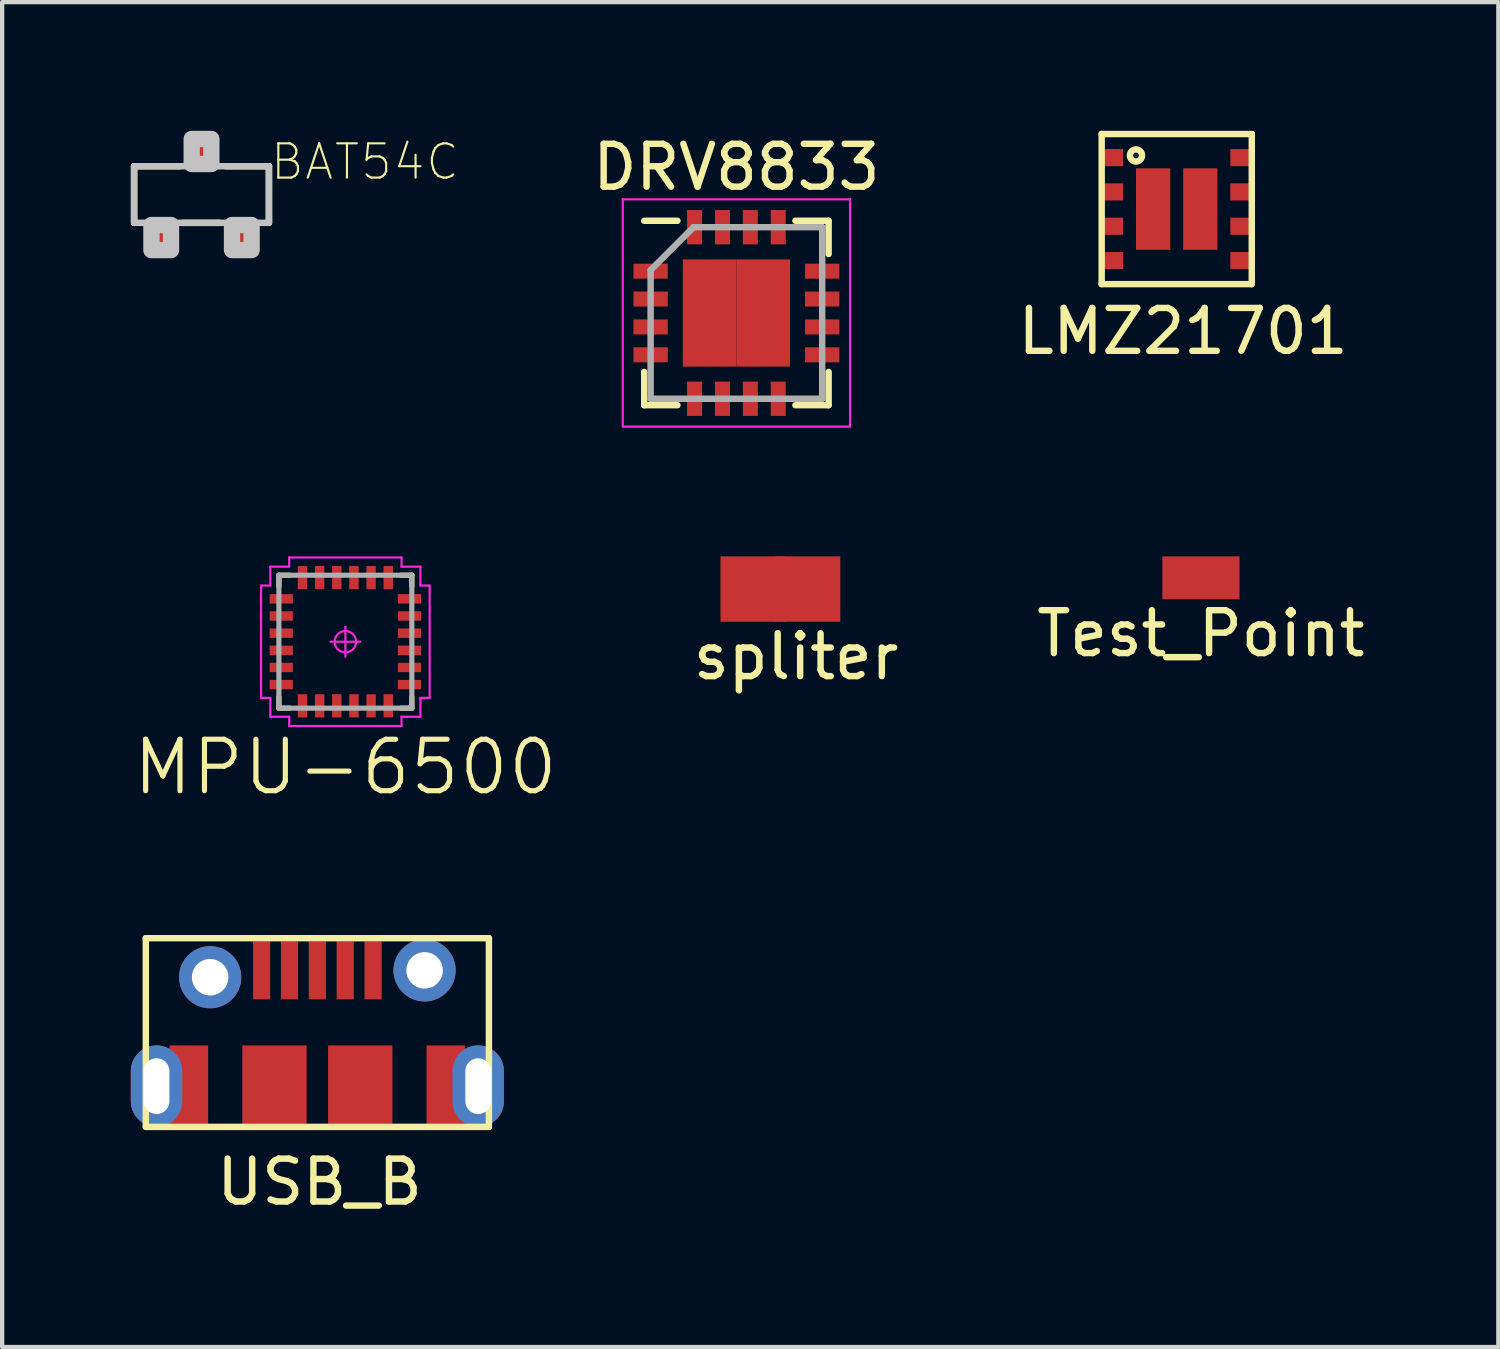
<source format=kicad_pcb>
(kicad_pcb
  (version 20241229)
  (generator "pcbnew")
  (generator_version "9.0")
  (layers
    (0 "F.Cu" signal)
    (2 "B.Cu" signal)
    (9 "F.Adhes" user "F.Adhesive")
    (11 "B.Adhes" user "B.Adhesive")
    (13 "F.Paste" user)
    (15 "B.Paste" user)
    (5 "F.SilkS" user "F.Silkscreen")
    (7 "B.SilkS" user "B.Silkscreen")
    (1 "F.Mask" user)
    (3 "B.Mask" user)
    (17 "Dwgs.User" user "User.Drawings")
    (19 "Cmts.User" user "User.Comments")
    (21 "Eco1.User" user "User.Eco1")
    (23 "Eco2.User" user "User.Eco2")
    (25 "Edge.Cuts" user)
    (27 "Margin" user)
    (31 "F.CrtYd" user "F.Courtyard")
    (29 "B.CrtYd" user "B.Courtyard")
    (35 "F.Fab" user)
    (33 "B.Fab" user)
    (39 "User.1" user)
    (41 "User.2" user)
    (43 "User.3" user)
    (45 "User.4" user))
  (footprint "BAT54C"
    (layer "F.Cu")
    (at 1.649 1.486)
    (property "Reference" "BAT54C" (at 3.81 -0.762 0) (layer "F.SilkS") (effects (font (size 0.8 0.8) (thickness 0.05))))
    (attr smd)
    (fp_line (start -1.572 -0.66) (end -0.514 -0.66) (stroke (width 0.152) (type solid)) (layer "F.SilkS"))
    (fp_line (start -1.572 0.652) (end -1.572 -0.66) (stroke (width 0.152) (type solid)) (layer "F.SilkS"))
    (fp_line (start 0.422 0.66) (end -0.436 0.66) (stroke (width 0.152) (type solid)) (layer "F.SilkS"))
    (fp_line (start 0.564 -0.66) (end 1.572 -0.66) (stroke (width 0.152) (type solid)) (layer "F.SilkS"))
    (fp_line (start 1.572 -0.66) (end 1.572 0.652) (stroke (width 0.152) (type solid)) (layer "F.SilkS"))
    (fp_line (start -1.572 -0.66) (end 1.572 -0.66) (stroke (width 0.152) (type solid)) (layer "Dwgs.User"))
    (fp_line (start -1.572 0.66) (end -1.572 -0.66) (stroke (width 0.152) (type solid)) (layer "Dwgs.User"))
    (fp_line (start 1.572 -0.66) (end 1.572 0.66) (stroke (width 0.152) (type solid)) (layer "Dwgs.User"))
    (fp_line (start 1.572 0.66) (end -1.572 0.66) (stroke (width 0.152) (type solid)) (layer "Dwgs.User"))
    (fp_poly (pts (xy -1.168 0.711) (xy -0.711 0.711) (xy -0.711 1.295) (xy -1.168 1.295)) (stroke (width 0.381) (type solid)) (fill no) (layer "Dwgs.User"))
    (fp_poly (pts (xy -0.229 -1.295) (xy 0.229 -1.295) (xy 0.229 -0.711) (xy -0.229 -0.711)) (stroke (width 0.381) (type solid)) (fill no) (layer "Dwgs.User"))
    (fp_poly (pts (xy 0.711 0.711) (xy 1.168 0.711) (xy 1.168 1.295) (xy 0.711 1.295)) (stroke (width 0.381) (type solid)) (fill no) (layer "Dwgs.User"))
    (pad "1" smd rect (at -0.95 1) (size 0.6 0.7) (layers "F.Cu" "F.Mask" "F.Paste"))
    (pad "2" smd rect (at 0.95 1) (size 0.6 0.7) (layers "F.Cu" "F.Mask" "F.Paste"))
    (pad "3" smd rect (at 0 -1) (size 0.6 0.7) (layers "F.Cu" "F.Mask" "F.Paste")))
  (footprint "spliter"
    (layer "F.Cu")
    (at 14.512 10.685)
    (property "Reference" "spliter" (at 1 1.575 0) (layer "F.SilkS") (effects (font (size 1 1) (thickness 0.15))))
    (attr through_hole)
    (pad "1" smd rect (at 0 0) (size 1.524 1.524) (layers "F.Cu" "F.Mask" "F.Paste"))
    (pad "2" smd rect (at 1.27 0) (size 1.524 1.524) (layers "F.Cu" "F.Mask" "F.Paste")))
  (footprint "Test_Point"
    (layer "F.Cu")
    (at 24.952 10.423)
    (property "Reference" "Test_Point" (at 0 1.3 0) (layer "F.SilkS") (effects (font (size 1 1) (thickness 0.15))))
    (attr through_hole)
    (pad "1" smd rect (at 0 0) (size 1.8 1) (layers "F.Cu" "F.Mask" "F.Paste")))
  (footprint "USB_B"
    (layer "F.Cu")
    (at 4.35 22.276)
    (property "Reference" "USB_B" (at 0.051 2.235 0) (layer "F.SilkS") (effects (font (size 1 1) (thickness 0.15))))
    (attr through_hole)
    (fp_line (start -4 -3.45) (end 4 -3.45) (stroke (width 0.15) (type solid)) (layer "F.SilkS"))
    (fp_line (start -4 0.95) (end -4 -3.45) (stroke (width 0.15) (type solid)) (layer "F.SilkS"))
    (fp_line (start 4 -3.45) (end 4 0.95) (stroke (width 0.15) (type solid)) (layer "F.SilkS"))
    (fp_line (start 4 0.95) (end -4 0.95) (stroke (width 0.15) (type solid)) (layer "F.SilkS"))
    (pad "" thru_hole oval (at 3.75 0) (size 1.2 1.9) (drill oval 0.6 1.3) (layers "*.Cu" "*.Mask"))
    (pad "1" smd rect (at -1 0) (size 1.5 1.9) (layers "F.Cu" "F.Mask" "F.Paste"))
    (pad "2" smd rect (at 1 0) (size 1.5 1.9) (layers "F.Cu" "F.Mask" "F.Paste"))
    (pad "3" thru_hole oval (at -3.75 0) (size 1.2 1.9) (drill oval 0.6 1.3) (layers "*.Cu" "*.Mask"))
    (pad "4" smd rect (at 2.997 0) (size 0.9 1.9) (layers "F.Cu" "F.Mask" "F.Paste"))
    (pad "5" smd rect (at -2.997 0) (size 0.9 1.9) (layers "F.Cu" "F.Mask" "F.Paste"))
    (pad "6" smd rect (at 0 -2.7) (size 0.4 1.35) (layers "F.Cu" "F.Mask" "F.Paste"))
    (pad "7" smd rect (at 0.65 -2.7) (size 0.4 1.35) (layers "F.Cu" "F.Mask" "F.Paste"))
    (pad "8" smd rect (at 1.3 -2.7) (size 0.4 1.35) (layers "F.Cu" "F.Mask" "F.Paste"))
    (pad "9" smd rect (at -0.65 -2.7) (size 0.4 1.35) (layers "F.Cu" "F.Mask" "F.Paste"))
    (pad "10" smd rect (at -1.3 -2.7) (size 0.4 1.35) (layers "F.Cu" "F.Mask" "F.Paste"))
    (pad "11" thru_hole circle (at 2.5 -2.7) (size 1.45 1.45) (drill 0.85) (layers "*.Cu" "*.Mask"))
    (pad "12" thru_hole circle (at -2.5 -2.54) (size 1.45 1.45) (drill 0.85) (layers "*.Cu" "*.Mask")))
  (footprint "LMZ21701"
    (layer "F.Cu")
    (at 24.388 1.825)
    (property "Reference" "LMZ21701" (at 0.15 2.85 0) (layer "F.SilkS") (effects (font (size 1 1) (thickness 0.15))))
    (attr through_hole)
    (fp_line (start -1.75 -1.75) (end 1.75 -1.75) (stroke (width 0.15) (type solid)) (layer "F.SilkS"))
    (fp_line (start -1.75 1.75) (end -1.75 -1.75) (stroke (width 0.15) (type solid)) (layer "F.SilkS"))
    (fp_line (start 1.75 -1.75) (end 1.75 1.75) (stroke (width 0.15) (type solid)) (layer "F.SilkS"))
    (fp_line (start 1.75 1.75) (end -1.75 1.75) (stroke (width 0.15) (type solid)) (layer "F.SilkS"))
    (fp_circle (center -0.95 -1.25) (end -0.85 -1.15) (stroke (width 0.15) (type solid)) (fill no) (layer "F.SilkS"))
    (pad "1" smd rect (at -1.475 -1.2) (size 0.45 0.4) (layers "F.Cu" "F.Mask" "F.Paste"))
    (pad "2" smd rect (at -1.475 -0.4) (size 0.45 0.4) (layers "F.Cu" "F.Mask" "F.Paste"))
    (pad "3" smd rect (at -1.475 0.4) (size 0.45 0.4) (layers "F.Cu" "F.Mask" "F.Paste"))
    (pad "4" smd rect (at -1.475 1.2) (size 0.45 0.4) (layers "F.Cu" "F.Mask" "F.Paste"))
    (pad "5" smd rect (at -0.55 0) (size 0.8 1.9) (layers "F.Cu" "F.Mask" "F.Paste"))
    (pad "5" smd rect (at 0.55 0) (size 0.8 1.9) (layers "F.Cu" "F.Mask" "F.Paste"))
    (pad "5" smd rect (at 1.475 1.2) (size 0.45 0.4) (layers "F.Cu" "F.Mask" "F.Paste"))
    (pad "6" smd rect (at 1.475 0.4) (size 0.45 0.4) (layers "F.Cu" "F.Mask" "F.Paste"))
    (pad "7" smd rect (at 1.475 -0.4) (size 0.45 0.4) (layers "F.Cu" "F.Mask" "F.Paste"))
    (pad "8" smd rect (at 1.475 -1.2) (size 0.45 0.4) (layers "F.Cu" "F.Mask" "F.Paste")))
  (footprint "MPU-6500"
    (layer "F.Cu")
    (at 5.003 11.913)
    (property "Reference" "MPU-6500" (at 0 2.925 0) (layer "F.SilkS") (effects (font (size 1.2 1.2) (thickness 0.12))))
    (attr smd)
    (fp_line (start -1.55 -1.55) (end -1.55 -1.29) (stroke (width 0.12) (type solid)) (layer "F.SilkS"))
    (fp_line (start -1.55 1.55) (end -1.55 1.29) (stroke (width 0.12) (type solid)) (layer "F.SilkS"))
    (fp_line (start -1.29 -1.55) (end -1.55 -1.55) (stroke (width 0.12) (type solid)) (layer "F.SilkS"))
    (fp_line (start -1.29 1.55) (end -1.55 1.55) (stroke (width 0.12) (type solid)) (layer "F.SilkS"))
    (fp_line (start 1.29 -1.55) (end 1.55 -1.55) (stroke (width 0.12) (type solid)) (layer "F.SilkS"))
    (fp_line (start 1.29 1.55) (end 1.55 1.55) (stroke (width 0.12) (type solid)) (layer "F.SilkS"))
    (fp_line (start 1.55 -1.55) (end 1.55 -1.29) (stroke (width 0.12) (type solid)) (layer "F.SilkS"))
    (fp_line (start 1.55 1.55) (end 1.55 1.29) (stroke (width 0.12) (type solid)) (layer "F.SilkS"))
    (fp_line (start -1.965 -1.31) (end -1.965 1.31) (stroke (width 0.05) (type solid)) (layer "F.CrtYd"))
    (fp_line (start -1.965 1.31) (end -1.75 1.31) (stroke (width 0.05) (type solid)) (layer "F.CrtYd"))
    (fp_line (start -1.75 -1.75) (end -1.75 -1.31) (stroke (width 0.05) (type solid)) (layer "F.CrtYd"))
    (fp_line (start -1.75 -1.31) (end -1.965 -1.31) (stroke (width 0.05) (type solid)) (layer "F.CrtYd"))
    (fp_line (start -1.75 1.31) (end -1.75 1.75) (stroke (width 0.05) (type solid)) (layer "F.CrtYd"))
    (fp_line (start -1.75 1.75) (end -1.31 1.75) (stroke (width 0.05) (type solid)) (layer "F.CrtYd"))
    (fp_line (start -1.31 -1.965) (end -1.31 -1.75) (stroke (width 0.05) (type solid)) (layer "F.CrtYd"))
    (fp_line (start -1.31 -1.75) (end -1.75 -1.75) (stroke (width 0.05) (type solid)) (layer "F.CrtYd"))
    (fp_line (start -1.31 1.75) (end -1.31 1.965) (stroke (width 0.05) (type solid)) (layer "F.CrtYd"))
    (fp_line (start -1.31 1.965) (end 1.31 1.965) (stroke (width 0.05) (type solid)) (layer "F.CrtYd"))
    (fp_line (start -0.35 0) (end 0.35 0) (stroke (width 0.05) (type solid)) (layer "F.CrtYd"))
    (fp_line (start 0 -0.35) (end 0 0.35) (stroke (width 0.05) (type solid)) (layer "F.CrtYd"))
    (fp_line (start 1.31 -1.965) (end -1.31 -1.965) (stroke (width 0.05) (type solid)) (layer "F.CrtYd"))
    (fp_line (start 1.31 -1.75) (end 1.31 -1.965) (stroke (width 0.05) (type solid)) (layer "F.CrtYd"))
    (fp_line (start 1.31 1.75) (end 1.75 1.75) (stroke (width 0.05) (type solid)) (layer "F.CrtYd"))
    (fp_line (start 1.31 1.965) (end 1.31 1.75) (stroke (width 0.05) (type solid)) (layer "F.CrtYd"))
    (fp_line (start 1.75 -1.75) (end 1.31 -1.75) (stroke (width 0.05) (type solid)) (layer "F.CrtYd"))
    (fp_line (start 1.75 -1.31) (end 1.75 -1.75) (stroke (width 0.05) (type solid)) (layer "F.CrtYd"))
    (fp_line (start 1.75 1.31) (end 1.965 1.31) (stroke (width 0.05) (type solid)) (layer "F.CrtYd"))
    (fp_line (start 1.75 1.75) (end 1.75 1.31) (stroke (width 0.05) (type solid)) (layer "F.CrtYd"))
    (fp_line (start 1.965 -1.31) (end 1.75 -1.31) (stroke (width 0.05) (type solid)) (layer "F.CrtYd"))
    (fp_line (start 1.965 1.31) (end 1.965 -1.31) (stroke (width 0.05) (type solid)) (layer "F.CrtYd"))
    (fp_circle (center 0 0) (end 0 0.25) (stroke (width 0.05) (type solid)) (fill no) (layer "F.CrtYd"))
    (fp_line (start -1.55 -1.55) (end 1.55 -1.55) (stroke (width 0.12) (type solid)) (layer "F.Fab"))
    (fp_line (start -1.55 1.55) (end -1.55 -1.55) (stroke (width 0.12) (type solid)) (layer "F.Fab"))
    (fp_line (start 1.55 -1.55) (end 1.55 1.55) (stroke (width 0.12) (type solid)) (layer "F.Fab"))
    (fp_line (start 1.55 1.55) (end -1.55 1.55) (stroke (width 0.12) (type solid)) (layer "F.Fab"))
    (pad "1" smd rect (at -1 1.495 90) (size 0.54 0.22) (layers "F.Cu" "F.Mask" "F.Paste"))
    (pad "2" smd rect (at -0.6 1.495 90) (size 0.54 0.22) (layers "F.Cu" "F.Mask" "F.Paste"))
    (pad "3" smd rect (at -0.2 1.495 90) (size 0.54 0.22) (layers "F.Cu" "F.Mask" "F.Paste"))
    (pad "4" smd rect (at 0.2 1.495 90) (size 0.54 0.22) (layers "F.Cu" "F.Mask" "F.Paste"))
    (pad "5" smd rect (at 0.6 1.495 90) (size 0.54 0.22) (layers "F.Cu" "F.Mask" "F.Paste"))
    (pad "6" smd rect (at 1 1.495 90) (size 0.54 0.22) (layers "F.Cu" "F.Mask" "F.Paste"))
    (pad "7" smd rect (at 1.495 1) (size 0.54 0.22) (layers "F.Cu" "F.Mask" "F.Paste"))
    (pad "8" smd rect (at 1.495 0.6) (size 0.54 0.22) (layers "F.Cu" "F.Mask" "F.Paste"))
    (pad "9" smd rect (at 1.495 0.2) (size 0.54 0.22) (layers "F.Cu" "F.Mask" "F.Paste"))
    (pad "10" smd rect (at 1.495 -0.2) (size 0.54 0.22) (layers "F.Cu" "F.Mask" "F.Paste"))
    (pad "11" smd rect (at 1.495 -0.6) (size 0.54 0.22) (layers "F.Cu" "F.Mask" "F.Paste"))
    (pad "12" smd rect (at 1.495 -1) (size 0.54 0.22) (layers "F.Cu" "F.Mask" "F.Paste"))
    (pad "13" smd rect (at 1 -1.495 90) (size 0.54 0.22) (layers "F.Cu" "F.Mask" "F.Paste"))
    (pad "14" smd rect (at 0.6 -1.495 90) (size 0.54 0.22) (layers "F.Cu" "F.Mask" "F.Paste"))
    (pad "15" smd rect (at 0.2 -1.495 90) (size 0.54 0.22) (layers "F.Cu" "F.Mask" "F.Paste"))
    (pad "16" smd rect (at -0.2 -1.495 90) (size 0.54 0.22) (layers "F.Cu" "F.Mask" "F.Paste"))
    (pad "17" smd rect (at -0.6 -1.495 90) (size 0.54 0.22) (layers "F.Cu" "F.Mask" "F.Paste"))
    (pad "18" smd rect (at -1 -1.495 90) (size 0.54 0.22) (layers "F.Cu" "F.Mask" "F.Paste"))
    (pad "19" smd rect (at -1.495 -1) (size 0.54 0.22) (layers "F.Cu" "F.Mask" "F.Paste"))
    (pad "20" smd rect (at -1.495 -0.6) (size 0.54 0.22) (layers "F.Cu" "F.Mask" "F.Paste"))
    (pad "21" smd rect (at -1.495 -0.2) (size 0.54 0.22) (layers "F.Cu" "F.Mask" "F.Paste"))
    (pad "22" smd rect (at -1.495 0.2) (size 0.54 0.22) (layers "F.Cu" "F.Mask" "F.Paste"))
    (pad "23" smd rect (at -1.495 0.6) (size 0.54 0.22) (layers "F.Cu" "F.Mask" "F.Paste"))
    (pad "24" smd rect (at -1.495 1) (size 0.54 0.22) (layers "F.Cu" "F.Mask" "F.Paste")))
  (footprint "DRV8833"
    (layer "F.Cu")
    (at 14.121 4.248)
    (property "Reference" "DRV8833" (at 0 -3.4 0) (layer "F.SilkS") (effects (font (size 1 1) (thickness 0.15))))
    (attr smd)
    (fp_line (start -2.15 -2.15) (end -1.375 -2.15) (stroke (width 0.15) (type solid)) (layer "F.SilkS"))
    (fp_line (start -2.15 2.15) (end -2.15 1.375) (stroke (width 0.15) (type solid)) (layer "F.SilkS"))
    (fp_line (start -2.15 2.15) (end -1.375 2.15) (stroke (width 0.15) (type solid)) (layer "F.SilkS"))
    (fp_line (start 2.15 -2.15) (end 1.375 -2.15) (stroke (width 0.15) (type solid)) (layer "F.SilkS"))
    (fp_line (start 2.15 -2.15) (end 2.15 -1.375) (stroke (width 0.15) (type solid)) (layer "F.SilkS"))
    (fp_line (start 2.15 2.15) (end 1.375 2.15) (stroke (width 0.15) (type solid)) (layer "F.SilkS"))
    (fp_line (start 2.15 2.15) (end 2.15 1.375) (stroke (width 0.15) (type solid)) (layer "F.SilkS"))
    (fp_line (start -2.65 -2.65) (end -2.65 2.65) (stroke (width 0.05) (type solid)) (layer "F.CrtYd"))
    (fp_line (start -2.65 -2.65) (end 2.65 -2.65) (stroke (width 0.05) (type solid)) (layer "F.CrtYd"))
    (fp_line (start -2.65 2.65) (end 2.65 2.65) (stroke (width 0.05) (type solid)) (layer "F.CrtYd"))
    (fp_line (start 2.65 -2.65) (end 2.65 2.65) (stroke (width 0.05) (type solid)) (layer "F.CrtYd"))
    (fp_line (start -2 -1) (end -1 -2) (stroke (width 0.15) (type solid)) (layer "F.Fab"))
    (fp_line (start -2 2) (end -2 -1) (stroke (width 0.15) (type solid)) (layer "F.Fab"))
    (fp_line (start -1 -2) (end 2 -2) (stroke (width 0.15) (type solid)) (layer "F.Fab"))
    (fp_line (start 2 -2) (end 2 2) (stroke (width 0.15) (type solid)) (layer "F.Fab"))
    (fp_line (start 2 2) (end -2 2) (stroke (width 0.15) (type solid)) (layer "F.Fab"))
    (pad "1" smd rect (at -2 -0.975) (size 0.8 0.35) (layers "F.Cu" "F.Mask" "F.Paste"))
    (pad "2" smd rect (at -2 -0.325) (size 0.8 0.35) (layers "F.Cu" "F.Mask" "F.Paste"))
    (pad "3" smd rect (at -2 0.325) (size 0.8 0.35) (layers "F.Cu" "F.Mask" "F.Paste"))
    (pad "4" smd rect (at -2 0.975) (size 0.8 0.35) (layers "F.Cu" "F.Mask" "F.Paste"))
    (pad "5" smd rect (at -0.975 2 90) (size 0.8 0.35) (layers "F.Cu" "F.Mask" "F.Paste"))
    (pad "6" smd rect (at -0.325 2 90) (size 0.8 0.35) (layers "F.Cu" "F.Mask" "F.Paste"))
    (pad "7" smd rect (at 0.325 2 90) (size 0.8 0.35) (layers "F.Cu" "F.Mask" "F.Paste"))
    (pad "8" smd rect (at 0.975 2 90) (size 0.8 0.35) (layers "F.Cu" "F.Mask" "F.Paste"))
    (pad "9" smd rect (at 2 0.975) (size 0.8 0.35) (layers "F.Cu" "F.Mask" "F.Paste"))
    (pad "10" smd rect (at 2 0.325) (size 0.8 0.35) (layers "F.Cu" "F.Mask" "F.Paste"))
    (pad "11" smd rect (at 2 -0.325) (size 0.8 0.35) (layers "F.Cu" "F.Mask" "F.Paste"))
    (pad "12" smd rect (at 2 -0.975) (size 0.8 0.35) (layers "F.Cu" "F.Mask" "F.Paste"))
    (pad "13" smd rect (at 0.975 -2 90) (size 0.8 0.35) (layers "F.Cu" "F.Mask" "F.Paste"))
    (pad "14" smd rect (at 0.325 -2 90) (size 0.8 0.35) (layers "F.Cu" "F.Mask" "F.Paste"))
    (pad "15" smd rect (at -0.325 -2 90) (size 0.8 0.35) (layers "F.Cu" "F.Mask" "F.Paste"))
    (pad "16" smd rect (at -0.975 -2 90) (size 0.8 0.35) (layers "F.Cu" "F.Mask" "F.Paste"))
    (pad "PP" smd rect (at -0.625 -0.625) (size 1.25 1.25) (layers "F.Cu" "F.Mask" "F.Paste"))
    (pad "PP" smd rect (at -0.625 0.625) (size 1.25 1.25) (layers "F.Cu" "F.Mask" "F.Paste"))
    (pad "PP" smd rect (at 0.625 -0.625) (size 1.25 1.25) (layers "F.Cu" "F.Mask" "F.Paste"))
    (pad "PP" smd rect (at 0.625 0.625) (size 1.25 1.25) (layers "F.Cu" "F.Mask" "F.Paste")))
  (gr_rect
    (start -3 -3)
    (end 31.887 28.359)
    (stroke (width 0.1) (type default))
    (fill no)
    (layer "Edge.Cuts")))
</source>
